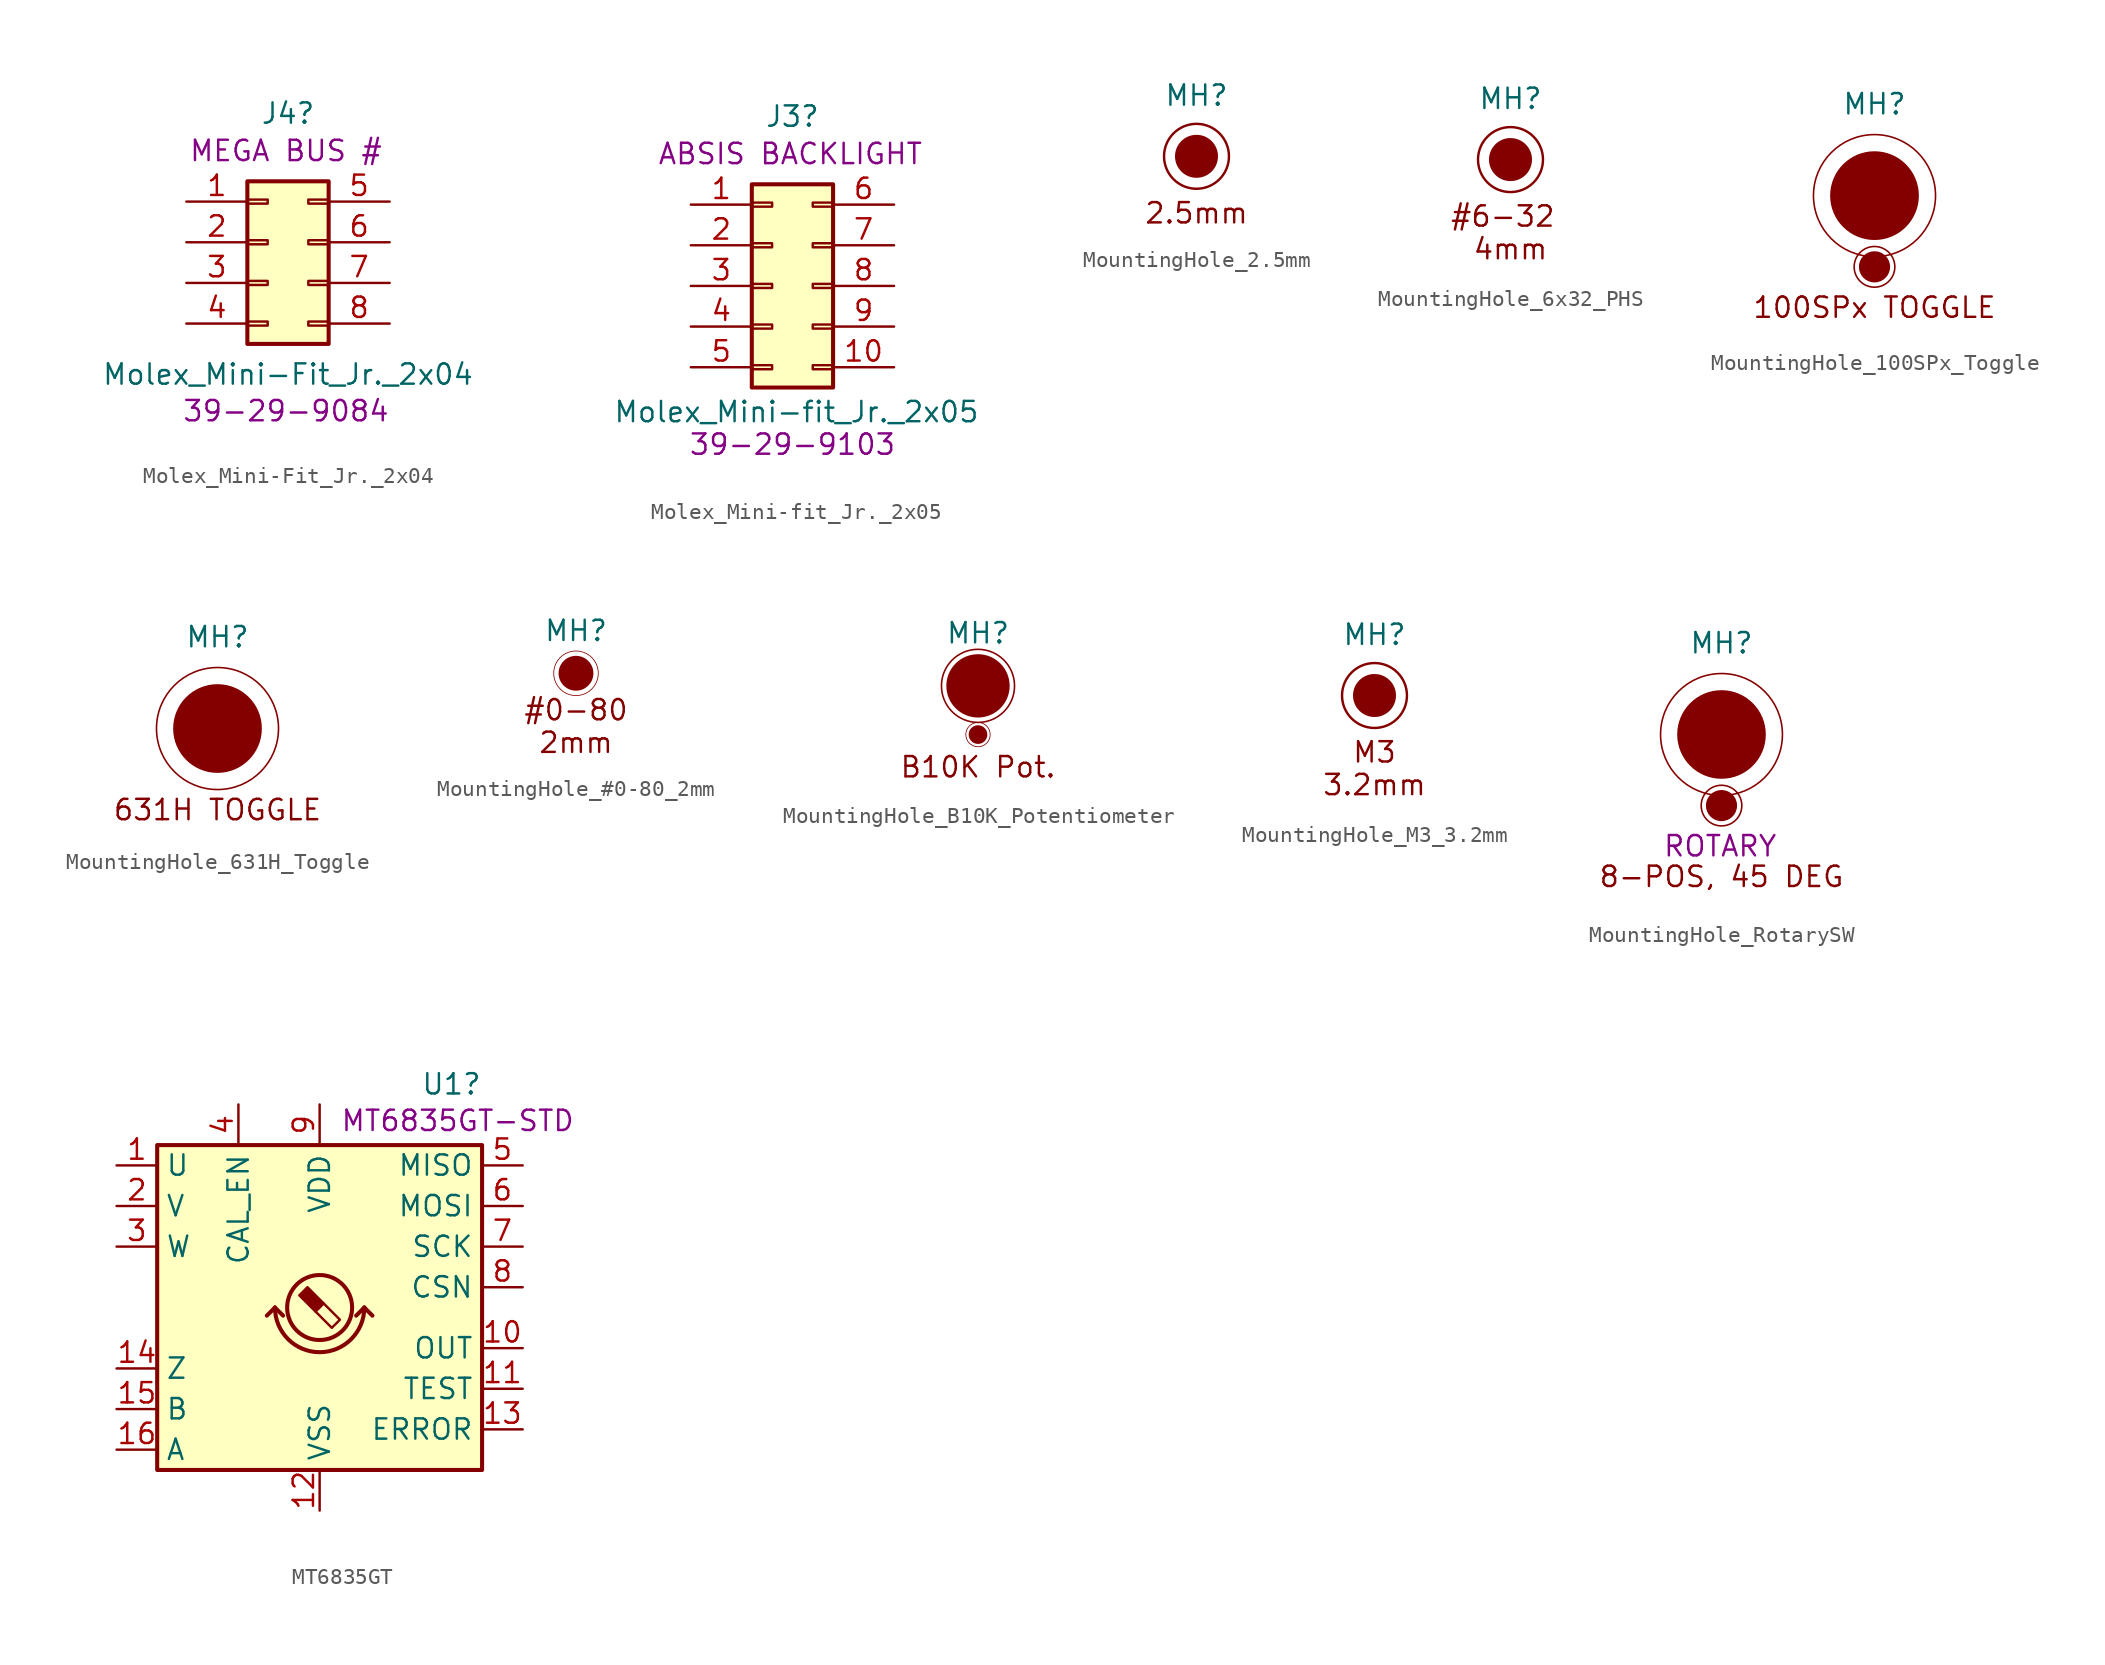
<source format=kicad_sym>
(kicad_symbol_lib
  (version 20220914)
  (generator kicad_symbol_editor)
  (symbol "Molex_Mini-Fit_Jr._2x04"
    (pin_names
      (offset 1.016) hide)
    (property "Reference" "J4"
      (at 1.27 8.052 0)
      (effects (font (size 1.27 1.27))))
    (property "Value" "Molex_Mini-Fit_Jr._2x04"
      (at 1.27 -8.255 0)
      (effects (font (size 1.27 1.27))))
    (property "Manufacturer PN" "39-29-9084"
      (at 1.143 -10.541 0)
      (effects (font (size 1.27 1.27))))
    (property "Silkscreen" "MEGA BUS #"
      (at 1.143 5.715 0)
      (effects (font (size 1.27 1.27))))
    (symbol "Molex_Mini-Fit_Jr._2x04_1_1"
      (rectangle (start -1.27 -4.953) (end 0 -5.207) (stroke (width 0.152) (type default)) (fill (type none)))
      (rectangle (start -1.27 -2.413) (end 0 -2.667) (stroke (width 0.152) (type default)) (fill (type none)))
      (rectangle (start -1.27 0.127) (end 0 -0.127) (stroke (width 0.152) (type default)) (fill (type none)))
      (rectangle (start -1.27 2.667) (end 0 2.413) (stroke (width 0.152) (type default)) (fill (type none)))
      (rectangle (start -1.27 3.81) (end 3.81 -6.35) (stroke (width 0.254) (type default)) (fill (type background)))
      (rectangle (start 3.81 -4.953) (end 2.54 -5.207) (stroke (width 0.152) (type default)) (fill (type none)))
      (rectangle (start 3.81 -2.413) (end 2.54 -2.667) (stroke (width 0.152) (type default)) (fill (type none)))
      (rectangle (start 3.81 0.127) (end 2.54 -0.127) (stroke (width 0.152) (type default)) (fill (type none)))
      (rectangle (start 3.81 2.667) (end 2.54 2.413) (stroke (width 0.152) (type default)) (fill (type none)))
      (pin passive line (at -5.08 2.54 0) (length 3.81) (name "Pin_1" (effects (font (size 1.27 1.27)))) (number "1" (effects (font (size 1.27 1.27)))))
      (pin passive line (at -5.08 0 0) (length 3.81) (name "Pin_2" (effects (font (size 1.27 1.27)))) (number "2" (effects (font (size 1.27 1.27)))))
      (pin passive line (at -5.08 -2.54 0) (length 3.81) (name "Pin_3" (effects (font (size 1.27 1.27)))) (number "3" (effects (font (size 1.27 1.27)))))
      (pin passive line (at -5.08 -5.08 0) (length 3.81) (name "Pin_4" (effects (font (size 1.27 1.27)))) (number "4" (effects (font (size 1.27 1.27)))))
      (pin passive line (at 7.62 2.54 180) (length 3.81) (name "Pin_5" (effects (font (size 1.27 1.27)))) (number "5" (effects (font (size 1.27 1.27)))))
      (pin passive line (at 7.62 0 180) (length 3.81) (name "Pin_6" (effects (font (size 1.27 1.27)))) (number "6" (effects (font (size 1.27 1.27)))))
      (pin passive line (at 7.62 -2.54 180) (length 3.81) (name "Pin_7" (effects (font (size 1.27 1.27)))) (number "7" (effects (font (size 1.27 1.27)))))
      (pin passive line (at 7.62 -5.08 180) (length 3.81) (name "Pin_8" (effects (font (size 1.27 1.27)))) (number "8" (effects (font (size 1.27 1.27)))))))
  (symbol "Molex_Mini-fit_Jr._2x05"
    (pin_names
      (offset 1.016) hide)
    (property "Reference" "J3"
      (at 1.27 10.592 0)
      (effects (font (size 1.27 1.27))))
    (property "Value" "Molex_Mini-fit_Jr._2x05"
      (at 1.524 -7.874 0)
      (effects (font (size 1.27 1.27))))
    (property "Manufacturer PN" "39-29-9103"
      (at 1.27 -9.906 0)
      (effects (font (size 1.27 1.27))))
    (property "Silkscreen" "ABSIS BACKLIGHT"
      (at 1.143 8.255 0)
      (effects (font (size 1.27 1.27))))
    (symbol "Molex_Mini-fit_Jr._2x05_1_1"
      (rectangle (start -1.27 -4.953) (end 0 -5.207) (stroke (width 0.152) (type default)) (fill (type none)))
      (rectangle (start -1.27 -2.413) (end 0 -2.667) (stroke (width 0.152) (type default)) (fill (type none)))
      (rectangle (start -1.27 0.127) (end 0 -0.127) (stroke (width 0.152) (type default)) (fill (type none)))
      (rectangle (start -1.27 2.667) (end 0 2.413) (stroke (width 0.152) (type default)) (fill (type none)))
      (rectangle (start -1.27 5.207) (end 0 4.953) (stroke (width 0.152) (type default)) (fill (type none)))
      (rectangle (start -1.27 6.35) (end 3.81 -6.35) (stroke (width 0.254) (type default)) (fill (type background)))
      (rectangle (start 3.81 -4.953) (end 2.54 -5.207) (stroke (width 0.152) (type default)) (fill (type none)))
      (rectangle (start 3.81 -2.413) (end 2.54 -2.667) (stroke (width 0.152) (type default)) (fill (type none)))
      (rectangle (start 3.81 0.127) (end 2.54 -0.127) (stroke (width 0.152) (type default)) (fill (type none)))
      (rectangle (start 3.81 2.667) (end 2.54 2.413) (stroke (width 0.152) (type default)) (fill (type none)))
      (rectangle (start 3.81 5.207) (end 2.54 4.953) (stroke (width 0.152) (type default)) (fill (type none)))
      (pin passive line (at -5.08 5.08 0) (length 3.81) (name "Pin_1" (effects (font (size 1.27 1.27)))) (number "1" (effects (font (size 1.27 1.27)))))
      (pin passive line (at 7.62 -5.08 180) (length 3.81) (name "Pin_10" (effects (font (size 1.27 1.27)))) (number "10" (effects (font (size 1.27 1.27)))))
      (pin passive line (at -5.08 2.54 0) (length 3.81) (name "Pin_2" (effects (font (size 1.27 1.27)))) (number "2" (effects (font (size 1.27 1.27)))))
      (pin passive line (at -5.08 0 0) (length 3.81) (name "Pin_3" (effects (font (size 1.27 1.27)))) (number "3" (effects (font (size 1.27 1.27)))))
      (pin passive line (at -5.08 -2.54 0) (length 3.81) (name "Pin_4" (effects (font (size 1.27 1.27)))) (number "4" (effects (font (size 1.27 1.27)))))
      (pin passive line (at -5.08 -5.08 0) (length 3.81) (name "Pin_5" (effects (font (size 1.27 1.27)))) (number "5" (effects (font (size 1.27 1.27)))))
      (pin passive line (at 7.62 5.08 180) (length 3.81) (name "Pin_6" (effects (font (size 1.27 1.27)))) (number "6" (effects (font (size 1.27 1.27)))))
      (pin passive line (at 7.62 2.54 180) (length 3.81) (name "Pin_7" (effects (font (size 1.27 1.27)))) (number "7" (effects (font (size 1.27 1.27)))))
      (pin passive line (at 7.62 0 180) (length 3.81) (name "Pin_8" (effects (font (size 1.27 1.27)))) (number "8" (effects (font (size 1.27 1.27)))))
      (pin passive line (at 7.62 -2.54 180) (length 3.81) (name "Pin_9" (effects (font (size 1.27 1.27)))) (number "9" (effects (font (size 1.27 1.27)))))))
  (symbol "MountingHole_2.5mm"
    (pin_numbers hide)
    (pin_names
      (offset 0) hide)
    (property "Reference" "MH"
      (at 0 3.81 0)
      (do_not_autoplace)
      (effects (font (size 1.27 1.27))))
    (symbol "MountingHole_2.5mm_0_0"
      (circle (center 0 0) (radius 1.27) (stroke (width 0) (type default)) (fill (type outline)))
      (circle (center 0 0) (radius 2.032) (stroke (width 0) (type default)) (fill (type none))))
    (symbol "MountingHole_2.5mm_1_1"
      (text "2.5mm" (at 0 -3.556 0) (effects (font (size 1.27 1.27))))))
  (symbol "MountingHole_6x32_PHS"
    (pin_numbers hide)
    (pin_names
      (offset 0) hide)
    (property "Reference" "MH"
      (at 0 3.81 0)
      (do_not_autoplace)
      (effects (font (size 1.27 1.27))))
    (symbol "MountingHole_6x32_PHS_0_0"
      (circle (center 0 0) (radius 1.27) (stroke (width 0) (type default)) (fill (type outline)))
      (circle (center 0 0) (radius 2.032) (stroke (width 0) (type default)) (fill (type none))))
    (symbol "MountingHole_6x32_PHS_1_1"
      (text "#6-32 \n4mm" (at 0 -4.572 0) (effects (font (size 1.27 1.27))))))
  (symbol "MountingHole_100SPx_Toggle"
    (pin_names
      (offset 1.016))
    (property "Reference" "MH"
      (at 0 5.715 0)
      (do_not_autoplace)
      (effects (font (size 1.27 1.27))))
    (symbol "MountingHole_100SPx_Toggle_1_1"
      (circle (center 0 -4.445) (radius 0.898) (stroke (width 0) (type default)) (fill (type outline)))
      (circle (center 0 -4.445) (radius 1.27) (stroke (width 0.1) (type default)) (fill (type none)))
      (circle (center 0 0) (radius 2.694) (stroke (width 0) (type default)) (fill (type outline)))
      (circle (center 0 0) (radius 3.81) (stroke (width 0.1) (type default)) (fill (type none)))
      (text "100SPx TOGGLE" (at 0 -6.985 0) (effects (font (size 1.27 1.27))))))
  (symbol "MountingHole_631H_Toggle"
    (pin_names
      (offset 1.016))
    (property "Reference" "MH"
      (at 0 5.715 0)
      (do_not_autoplace)
      (effects (font (size 1.27 1.27))))
    (symbol "MountingHole_631H_Toggle_1_1"
      (circle (center 0 0) (radius 2.694) (stroke (width 0) (type default)) (fill (type outline)))
      (circle (center 0 0) (radius 3.81) (stroke (width 0.1) (type default)) (fill (type none)))
      (text "631H TOGGLE" (at 0 -5.08 0) (effects (font (size 1.27 1.27))))))
  (symbol "MountingHole_#0-80_2mm"
    (pin_numbers hide)
    (pin_names
      (offset 0) hide)
    (property "Reference" "MH"
      (at 0 2.667 0)
      (do_not_autoplace)
      (effects (font (size 1.27 1.27))))
    (symbol "MountingHole_#0-80_2mm_0_0"
      (circle (center 0 0) (radius 1.016) (stroke (width 0) (type default)) (fill (type outline))))
    (symbol "MountingHole_#0-80_2mm_1_0"
      (circle (center 0 0) (radius 1.397) (stroke (width 0.05) (type default)) (fill (type none))))
    (symbol "MountingHole_#0-80_2mm_1_1"
      (text "#0-80\n2mm" (at 0 -3.327 0) (effects (font (size 1.27 1.27))))))
  (symbol "MountingHole_B10K_Potentiometer"
    (pin_names
      (offset 1.016))
    (property "Reference" "MH"
      (at 0 3.302 0)
      (do_not_autoplace)
      (effects (font (size 1.27 1.27))))
    (symbol "MountingHole_B10K_Potentiometer_1_1"
      (circle (center 0 -3.048) (radius 0.508) (stroke (width 0) (type default)) (fill (type outline)))
      (circle (center 0 -3.048) (radius 0.762) (stroke (width 0.05) (type default)) (fill (type none)))
      (circle (center 0 0) (radius 1.905) (stroke (width 0) (type default)) (fill (type outline)))
      (circle (center 0 0) (radius 2.286) (stroke (width 0.1) (type default)) (fill (type none)))
      (text "B10K Pot." (at 0 -5.08 0) (effects (font (size 1.27 1.27))))))
  (symbol "MountingHole_M3_3.2mm"
    (pin_numbers hide)
    (pin_names
      (offset 0) hide)
    (property "Reference" "MH"
      (at 0 3.81 0)
      (do_not_autoplace)
      (effects (font (size 1.27 1.27))))
    (symbol "MountingHole_M3_3.2mm_0_0"
      (circle (center 0 0) (radius 1.27) (stroke (width 0) (type default)) (fill (type outline)))
      (circle (center 0 0) (radius 2.032) (stroke (width 0) (type default)) (fill (type none))))
    (symbol "MountingHole_M3_3.2mm_1_1"
      (text "M3\n3.2mm" (at 0 -4.572 0) (effects (font (size 1.27 1.27))))))
  (symbol "MountingHole_RotarySW"
    (pin_names
      (offset 1.016))
    (property "Reference" "MH"
      (at 0 5.715 0)
      (do_not_autoplace)
      (effects (font (size 1.27 1.27))))
    (property "Silkscreen" "ROTARY"
      (at -0.084 -6.977 0)
      (effects (font (size 1.27 1.27))))
    (symbol "MountingHole_RotarySW_1_1"
      (circle (center 0 -4.445) (radius 0.898) (stroke (width 0) (type default)) (fill (type outline)))
      (circle (center 0 -4.445) (radius 1.27) (stroke (width 0.1) (type default)) (fill (type none)))
      (circle (center 0 0) (radius 2.694) (stroke (width 0) (type default)) (fill (type outline)))
      (circle (center 0 0) (radius 3.81) (stroke (width 0.1) (type default)) (fill (type none)))
      (text "8-POS, 45 DEG" (at 0 -8.89 0) (effects (font (size 1.27 1.27))))))
  (symbol "MT6835GT"
    (property "Reference" "U1"
      (at 10.16 13.97 0)
      (effects (font (size 1.27 1.27)) (justify right)))
    (property "Manufacturer PN" "MT6835GT-STD"
      (at 8.636 11.684 0)
      (effects (font (size 1.27 1.27))))
    (property "Silkscreen" ""
      (at 0 0 0)
      (effects (font (size 1.27 1.27))))
    (symbol "MT6835GT_0_0"
      (pin output line (at -12.7 8.89 0) (length 2.54) (name "U" (effects (font (size 1.27 1.27)))) (number "1" (effects (font (size 1.27 1.27)))))
      (pin output line (at 12.7 -2.54 180) (length 2.54) (name "OUT" (effects (font (size 1.27 1.27)))) (number "10" (effects (font (size 1.27 1.27)))))
      (pin input line (at 12.7 -5.08 180) (length 2.54) (name "TEST" (effects (font (size 1.27 1.27)))) (number "11" (effects (font (size 1.27 1.27)))))
      (pin power_in line (at 0 -12.7 90) (length 2.54) (name "VSS" (effects (font (size 1.27 1.27)))) (number "12" (effects (font (size 1.27 1.27)))))
      (pin output line (at 12.7 -7.62 180) (length 2.54) (name "ERROR" (effects (font (size 1.27 1.27)))) (number "13" (effects (font (size 1.27 1.27)))))
      (pin output line (at -12.7 -3.81 0) (length 2.54) (name "Z" (effects (font (size 1.27 1.27)))) (number "14" (effects (font (size 1.27 1.27)))))
      (pin output line (at -12.7 -6.35 0) (length 2.54) (name "B" (effects (font (size 1.27 1.27)))) (number "15" (effects (font (size 1.27 1.27)))))
      (pin output line (at -12.7 -8.89 0) (length 2.54) (name "A" (effects (font (size 1.27 1.27)))) (number "16" (effects (font (size 1.27 1.27)))))
      (pin output line (at -12.7 6.35 0) (length 2.54) (name "V" (effects (font (size 1.27 1.27)))) (number "2" (effects (font (size 1.27 1.27)))))
      (pin output line (at -12.7 3.81 0) (length 2.54) (name "W" (effects (font (size 1.27 1.27)))) (number "3" (effects (font (size 1.27 1.27)))))
      (pin output line (at 12.7 8.89 180) (length 2.54) (name "MISO" (effects (font (size 1.27 1.27)))) (number "5" (effects (font (size 1.27 1.27)))))
      (pin bidirectional line (at 12.7 6.35 180) (length 2.54) (name "MOSI" (effects (font (size 1.27 1.27)))) (number "6" (effects (font (size 1.27 1.27)))))
      (pin input line (at 12.7 3.81 180) (length 2.54) (name "SCK" (effects (font (size 1.27 1.27)))) (number "7" (effects (font (size 1.27 1.27)))))
      (pin input line (at 12.7 1.27 180) (length 2.54) (name "CSN" (effects (font (size 1.27 1.27)))) (number "8" (effects (font (size 1.27 1.27)))))
      (pin power_in line (at 0 12.7 270) (length 2.54) (name "VDD" (effects (font (size 1.27 1.27)))) (number "9" (effects (font (size 1.27 1.27))))))
    (symbol "MT6835GT_0_1"
      (rectangle (start -10.16 10.16) (end 10.16 -10.16) (stroke (width 0.254) (type default)) (fill (type background)))
      (arc (start -2.794 0) (mid 0 -2.7819) (end 2.794 0) (stroke (width 0.254) (type default)) (fill (type none)))
      (polyline (pts (xy -2.794 0) (xy -3.302 -0.508)) (stroke (width 0.254) (type default)) (fill (type none)))
      (polyline (pts (xy -2.794 0) (xy -2.286 -0.508)) (stroke (width 0.254) (type default)) (fill (type none)))
      (polyline (pts (xy 2.794 0) (xy 2.286 -0.508)) (stroke (width 0.254) (type default)) (fill (type none)))
      (polyline (pts (xy 2.794 0) (xy 3.302 -0.508)) (stroke (width 0.254) (type default)) (fill (type none)))
      (polyline (pts (xy 0.254 0.254) (xy 1.27 -0.762) (xy 0.762 -1.27) (xy -0.254 -0.254)) (stroke (width 0) (type default)) (fill (type none)))
      (polyline (pts (xy -0.762 1.27) (xy 0.254 0.254) (xy -0.254 -0.254) (xy -1.27 0.762) (xy -1.016 1.016) (xy -0.762 1.27) (xy -0.635 1.143)) (stroke (width 0) (type default)) (fill (type outline)))
      (circle (center 0 0) (radius 2.032) (stroke (width 0.254) (type default)) (fill (type none))))
    (symbol "MT6835GT_1_0"
      (pin input line (at -5.08 12.7 270) (length 2.54) (name "CAL_EN" (effects (font (size 1.27 1.27)))) (number "4" (effects (font (size 1.27 1.27))))))))
</source>
